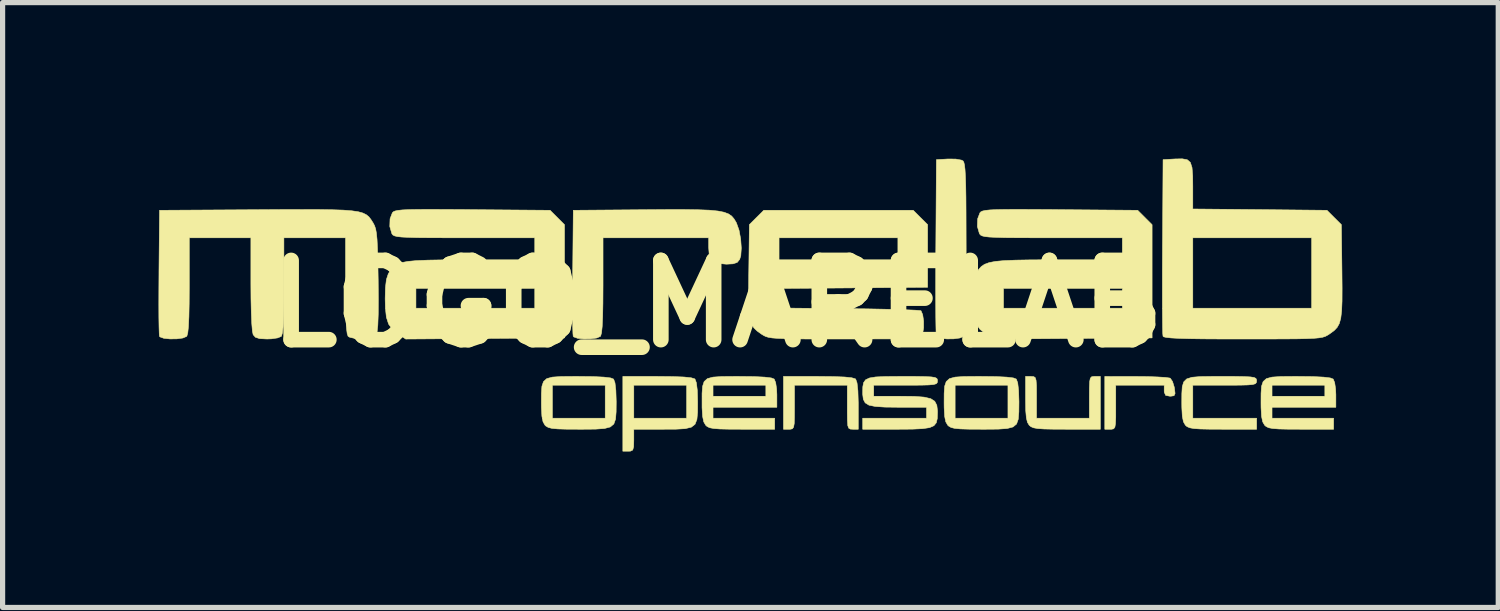
<source format=kicad_pcb>
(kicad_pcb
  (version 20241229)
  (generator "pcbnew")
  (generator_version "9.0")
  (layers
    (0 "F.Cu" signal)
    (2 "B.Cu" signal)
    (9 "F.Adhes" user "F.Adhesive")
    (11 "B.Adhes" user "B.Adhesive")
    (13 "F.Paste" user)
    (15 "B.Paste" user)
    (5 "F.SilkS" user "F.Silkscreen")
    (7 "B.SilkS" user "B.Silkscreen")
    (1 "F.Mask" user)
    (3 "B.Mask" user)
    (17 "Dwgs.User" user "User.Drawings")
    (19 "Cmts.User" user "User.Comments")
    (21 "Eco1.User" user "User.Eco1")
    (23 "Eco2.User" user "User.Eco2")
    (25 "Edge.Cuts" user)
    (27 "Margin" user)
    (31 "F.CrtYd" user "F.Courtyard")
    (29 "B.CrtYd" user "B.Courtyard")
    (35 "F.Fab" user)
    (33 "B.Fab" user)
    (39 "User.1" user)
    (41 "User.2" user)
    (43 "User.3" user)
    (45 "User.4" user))
  (footprint "LOGO_MARELAB"
    (layer "F.Cu")
    (at 10.751 2.794)
    (property "Reference" "LOGO_MARELAB" (at 0 0 0) (layer "F.SilkS") (effects (font (size 1.524 1.524) (thickness 0.3))))
    (attr through_hole)
    (fp_poly (pts (xy 8.054 1.398) (xy 8.275 1.4) (xy 8.467 1.407) (xy 8.614 1.416) (xy 8.7 1.428) (xy 8.712 1.433) (xy 8.754 1.495) (xy 8.787 1.602) (xy 8.791 1.623) (xy 8.803 1.725) (xy 8.783 1.768) (xy 8.719 1.778) (xy 8.705 1.778) (xy 8.622 1.762) (xy 8.595 1.7) (xy 8.594 1.672) (xy 8.594 1.566) (xy 7.662 1.566) (xy 7.662 1.99) (xy 7.662 2.182) (xy 7.657 2.305) (xy 7.645 2.374) (xy 7.621 2.405) (xy 7.582 2.413) (xy 7.556 2.413) (xy 7.451 2.413) (xy 7.451 1.397) (xy 8.054 1.398)) (stroke (width 0.01) (type solid)) (fill yes) (layer "F.SilkS"))
    (fp_poly (pts (xy 2.232 1.4) (xy 2.446 1.408) (xy 2.585 1.423) (xy 2.654 1.444) (xy 2.659 1.448) (xy 2.685 1.521) (xy 2.702 1.674) (xy 2.709 1.905) (xy 2.709 1.956) (xy 2.709 2.413) (xy 2.603 2.413) (xy 2.555 2.41) (xy 2.525 2.392) (xy 2.507 2.343) (xy 2.5 2.248) (xy 2.498 2.091) (xy 2.498 1.99) (xy 2.498 1.566) (xy 1.482 1.566) (xy 1.482 1.99) (xy 1.481 2.182) (xy 1.477 2.305) (xy 1.464 2.374) (xy 1.44 2.405) (xy 1.401 2.413) (xy 1.376 2.413) (xy 1.27 2.413) (xy 1.27 1.397) (xy 1.939 1.397) (xy 2.232 1.4)) (stroke (width 0.01) (type solid)) (fill yes) (layer "F.SilkS"))
    (fp_poly (pts (xy 6.082 1.4) (xy 6.112 1.419) (xy 6.129 1.47) (xy 6.137 1.569) (xy 6.138 1.731) (xy 6.138 1.799) (xy 6.138 2.201) (xy 7.154 2.201) (xy 7.154 1.799) (xy 7.155 1.613) (xy 7.16 1.495) (xy 7.173 1.431) (xy 7.199 1.403) (xy 7.242 1.397) (xy 7.26 1.397) (xy 7.366 1.397) (xy 7.366 2.413) (xy 6.716 2.413) (xy 6.464 2.412) (xy 6.283 2.408) (xy 6.16 2.4) (xy 6.079 2.385) (xy 6.029 2.363) (xy 5.997 2.336) (xy 5.963 2.28) (xy 5.942 2.192) (xy 5.93 2.054) (xy 5.927 1.85) (xy 5.927 1.828) (xy 5.927 1.397) (xy 6.032 1.397) (xy 6.082 1.4)) (stroke (width 0.01) (type solid)) (fill yes) (layer "F.SilkS"))
    (fp_poly (pts (xy -0.858 1.4) (xy -0.644 1.408) (xy -0.505 1.423) (xy -0.437 1.444) (xy -0.432 1.448) (xy -0.405 1.52) (xy -0.387 1.667) (xy -0.381 1.88) (xy -0.381 1.889) (xy -0.382 2.085) (xy -0.395 2.224) (xy -0.431 2.317) (xy -0.502 2.373) (xy -0.621 2.402) (xy -0.799 2.412) (xy -1.05 2.413) (xy -1.061 2.413) (xy -1.609 2.413) (xy -1.609 2.625) (xy -1.612 2.75) (xy -1.63 2.813) (xy -1.672 2.834) (xy -1.714 2.836) (xy -1.82 2.836) (xy -1.82 1.566) (xy -1.609 1.566) (xy -1.609 2.201) (xy -0.593 2.201) (xy -0.593 1.566) (xy -1.609 1.566) (xy -1.82 1.566) (xy -1.82 1.397) (xy -1.151 1.397) (xy -0.858 1.4)) (stroke (width 0.01) (type solid)) (fill yes) (layer "F.SilkS"))
    (fp_poly (pts (xy 4.585 -2.784) (xy 4.694 -2.764) (xy 4.724 -2.749) (xy 4.739 -2.724) (xy 4.752 -2.672) (xy 4.762 -2.587) (xy 4.77 -2.46) (xy 4.776 -2.284) (xy 4.78 -2.051) (xy 4.782 -1.754) (xy 4.783 -1.386) (xy 4.784 -1.062) (xy 4.783 -0.613) (xy 4.781 -0.244) (xy 4.777 0.052) (xy 4.771 0.281) (xy 4.763 0.447) (xy 4.752 0.556) (xy 4.739 0.615) (xy 4.733 0.627) (xy 4.662 0.658) (xy 4.546 0.674) (xy 4.414 0.676) (xy 4.296 0.664) (xy 4.221 0.638) (xy 4.21 0.624) (xy 4.206 0.572) (xy 4.203 0.444) (xy 4.2 0.25) (xy 4.199 -0.001) (xy 4.198 -0.298) (xy 4.199 -0.633) (xy 4.2 -0.997) (xy 4.201 -1.101) (xy 4.212 -2.773) (xy 4.438 -2.786) (xy 4.585 -2.784)) (stroke (width 0.01) (type solid)) (fill yes) (layer "F.SilkS"))
    (fp_poly (pts (xy 9.696 1.397) (xy 9.949 1.397) (xy 10.129 1.4) (xy 10.249 1.406) (xy 10.322 1.417) (xy 10.358 1.435) (xy 10.37 1.461) (xy 10.372 1.482) (xy 10.367 1.515) (xy 10.346 1.538) (xy 10.295 1.553) (xy 10.201 1.561) (xy 10.052 1.565) (xy 9.834 1.566) (xy 9.758 1.566) (xy 9.144 1.566) (xy 9.144 2.201) (xy 10.372 2.201) (xy 10.372 2.413) (xy 9.722 2.413) (xy 9.47 2.412) (xy 9.289 2.408) (xy 9.165 2.4) (xy 9.085 2.385) (xy 9.034 2.363) (xy 9.002 2.336) (xy 8.964 2.27) (xy 8.942 2.163) (xy 8.933 1.998) (xy 8.932 1.909) (xy 8.933 1.727) (xy 8.941 1.595) (xy 8.969 1.503) (xy 9.027 1.445) (xy 9.129 1.413) (xy 9.284 1.4) (xy 9.505 1.397) (xy 9.696 1.397)) (stroke (width 0.01) (type solid)) (fill yes) (layer "F.SilkS"))
    (fp_poly (pts (xy 0.416 1.397) (xy 0.702 1.4) (xy 0.907 1.41) (xy 1.037 1.426) (xy 1.092 1.448) (xy 1.12 1.516) (xy 1.138 1.638) (xy 1.143 1.744) (xy 1.143 1.99) (xy -0.085 1.99) (xy -0.085 2.201) (xy 1.101 2.201) (xy 1.101 2.413) (xy 0.472 2.413) (xy 0.225 2.412) (xy 0.048 2.408) (xy -0.072 2.399) (xy -0.15 2.384) (xy -0.199 2.36) (xy -0.226 2.336) (xy -0.264 2.27) (xy -0.286 2.163) (xy -0.296 1.998) (xy -0.296 1.909) (xy -0.296 1.722) (xy -0.286 1.587) (xy -0.279 1.566) (xy -0.085 1.566) (xy -0.085 1.778) (xy 0.931 1.778) (xy 0.931 1.566) (xy -0.085 1.566) (xy -0.279 1.566) (xy -0.256 1.496) (xy -0.193 1.439) (xy -0.085 1.41) (xy 0.08 1.399) (xy 0.312 1.397) (xy 0.416 1.397)) (stroke (width 0.01) (type solid)) (fill yes) (layer "F.SilkS"))
    (fp_poly (pts (xy 11.169 1.397) (xy 11.455 1.4) (xy 11.66 1.41) (xy 11.789 1.426) (xy 11.845 1.448) (xy 11.873 1.516) (xy 11.891 1.638) (xy 11.896 1.744) (xy 11.896 1.99) (xy 10.668 1.99) (xy 10.668 2.201) (xy 11.853 2.201) (xy 11.853 2.413) (xy 11.225 2.413) (xy 10.977 2.412) (xy 10.801 2.408) (xy 10.68 2.399) (xy 10.603 2.384) (xy 10.554 2.36) (xy 10.526 2.336) (xy 10.488 2.27) (xy 10.466 2.163) (xy 10.457 1.998) (xy 10.456 1.909) (xy 10.457 1.722) (xy 10.466 1.587) (xy 10.473 1.566) (xy 10.668 1.566) (xy 10.668 1.778) (xy 11.684 1.778) (xy 11.684 1.566) (xy 10.668 1.566) (xy 10.473 1.566) (xy 10.497 1.496) (xy 10.56 1.439) (xy 10.668 1.41) (xy 10.832 1.399) (xy 11.065 1.397) (xy 11.169 1.397)) (stroke (width 0.01) (type solid)) (fill yes) (layer "F.SilkS"))
    (fp_poly (pts (xy -2.674 1.397) (xy -2.388 1.4) (xy -2.183 1.41) (xy -2.054 1.426) (xy -1.998 1.448) (xy -1.971 1.52) (xy -1.954 1.667) (xy -1.947 1.88) (xy -1.947 1.889) (xy -1.949 2.08) (xy -1.96 2.218) (xy -1.993 2.312) (xy -2.061 2.369) (xy -2.174 2.399) (xy -2.346 2.411) (xy -2.586 2.413) (xy -2.663 2.413) (xy -2.901 2.412) (xy -3.069 2.407) (xy -3.181 2.397) (xy -3.253 2.379) (xy -3.298 2.353) (xy -3.317 2.336) (xy -3.355 2.27) (xy -3.377 2.163) (xy -3.386 1.998) (xy -3.387 1.909) (xy -3.386 1.722) (xy -3.377 1.587) (xy -3.37 1.566) (xy -3.175 1.566) (xy -3.175 2.201) (xy -2.159 2.201) (xy -2.159 1.566) (xy -3.175 1.566) (xy -3.37 1.566) (xy -3.346 1.496) (xy -3.283 1.439) (xy -3.175 1.41) (xy -3.011 1.399) (xy -2.778 1.397) (xy -2.674 1.397)) (stroke (width 0.01) (type solid)) (fill yes) (layer "F.SilkS"))
    (fp_poly (pts (xy 5.073 1.397) (xy 5.359 1.4) (xy 5.564 1.41) (xy 5.693 1.426) (xy 5.749 1.448) (xy 5.776 1.52) (xy 5.793 1.667) (xy 5.8 1.88) (xy 5.8 1.889) (xy 5.798 2.08) (xy 5.787 2.218) (xy 5.754 2.312) (xy 5.686 2.369) (xy 5.573 2.399) (xy 5.401 2.411) (xy 5.161 2.413) (xy 5.084 2.413) (xy 4.846 2.412) (xy 4.678 2.407) (xy 4.566 2.397) (xy 4.494 2.379) (xy 4.449 2.353) (xy 4.43 2.336) (xy 4.392 2.27) (xy 4.37 2.163) (xy 4.361 1.998) (xy 4.36 1.909) (xy 4.361 1.722) (xy 4.37 1.587) (xy 4.377 1.566) (xy 4.572 1.566) (xy 4.572 2.201) (xy 5.588 2.201) (xy 5.588 1.566) (xy 4.572 1.566) (xy 4.377 1.566) (xy 4.401 1.496) (xy 4.464 1.439) (xy 4.572 1.41) (xy 4.736 1.399) (xy 4.969 1.397) (xy 5.073 1.397)) (stroke (width 0.01) (type solid)) (fill yes) (layer "F.SilkS"))
    (fp_poly (pts (xy -0.365 -1.809) (xy -0.154 -1.801) (xy 0.006 -1.785) (xy 0.125 -1.762) (xy 0.211 -1.73) (xy 0.273 -1.688) (xy 0.319 -1.634) (xy 0.359 -1.568) (xy 0.366 -1.554) (xy 0.415 -1.417) (xy 0.447 -1.246) (xy 0.459 -1.071) (xy 0.449 -0.923) (xy 0.427 -0.854) (xy 0.38 -0.796) (xy 0.3 -0.769) (xy 0.171 -0.762) (xy -0.002 -0.779) (xy -0.107 -0.839) (xy -0.159 -0.952) (xy -0.169 -1.083) (xy -0.169 -1.27) (xy -2.201 -1.27) (xy -2.201 -0.347) (xy -2.203 -0.009) (xy -2.208 0.251) (xy -2.217 0.438) (xy -2.23 0.559) (xy -2.247 0.62) (xy -2.252 0.627) (xy -2.323 0.658) (xy -2.439 0.674) (xy -2.571 0.676) (xy -2.689 0.664) (xy -2.764 0.637) (xy -2.775 0.624) (xy -2.78 0.569) (xy -2.784 0.441) (xy -2.786 0.251) (xy -2.787 0.01) (xy -2.786 -0.27) (xy -2.784 -0.577) (xy -2.784 -0.614) (xy -2.773 -1.799) (xy -1.383 -1.81) (xy -0.971 -1.813) (xy -0.634 -1.813) (xy -0.365 -1.809)) (stroke (width 0.01) (type solid)) (fill yes) (layer "F.SilkS"))
    (fp_poly (pts (xy 3.81 1.397) (xy 3.991 1.4) (xy 4.111 1.406) (xy 4.183 1.417) (xy 4.22 1.435) (xy 4.232 1.461) (xy 4.233 1.482) (xy 4.229 1.515) (xy 4.208 1.538) (xy 4.156 1.553) (xy 4.063 1.561) (xy 3.913 1.565) (xy 3.696 1.566) (xy 3.619 1.566) (xy 3.006 1.566) (xy 3.006 1.778) (xy 3.525 1.778) (xy 3.787 1.781) (xy 3.975 1.795) (xy 4.103 1.825) (xy 4.18 1.875) (xy 4.22 1.952) (xy 4.233 2.059) (xy 4.233 2.095) (xy 4.229 2.206) (xy 4.21 2.288) (xy 4.164 2.345) (xy 4.08 2.382) (xy 3.946 2.402) (xy 3.752 2.411) (xy 3.486 2.413) (xy 3.447 2.413) (xy 2.794 2.413) (xy 2.794 2.201) (xy 4.022 2.201) (xy 4.022 1.99) (xy 3.474 1.99) (xy 3.219 1.987) (xy 3.037 1.975) (xy 2.915 1.95) (xy 2.842 1.905) (xy 2.806 1.837) (xy 2.794 1.74) (xy 2.794 1.709) (xy 2.796 1.598) (xy 2.811 1.517) (xy 2.85 1.462) (xy 2.924 1.427) (xy 3.045 1.407) (xy 3.224 1.399) (xy 3.474 1.397) (xy 3.557 1.397) (xy 3.81 1.397)) (stroke (width 0.01) (type solid)) (fill yes) (layer "F.SilkS"))
    (fp_poly (pts (xy 9.036 -2.772) (xy 9.097 -2.72) (xy 9.129 -2.621) (xy 9.142 -2.462) (xy 9.144 -2.261) (xy 9.144 -1.824) (xy 10.434 -1.812) (xy 11.725 -1.799) (xy 11.863 -1.661) (xy 12.002 -1.523) (xy 12.013 -0.624) (xy 12.016 -0.3) (xy 12.015 -0.05) (xy 12.007 0.139) (xy 11.99 0.279) (xy 11.962 0.38) (xy 11.921 0.454) (xy 11.864 0.514) (xy 11.788 0.57) (xy 11.772 0.581) (xy 11.733 0.606) (xy 11.693 0.627) (xy 11.642 0.643) (xy 11.572 0.655) (xy 11.473 0.664) (xy 11.338 0.67) (xy 11.156 0.674) (xy 10.92 0.676) (xy 10.619 0.677) (xy 10.246 0.677) (xy 10.11 0.677) (xy 9.691 0.677) (xy 9.35 0.675) (xy 9.081 0.671) (xy 8.876 0.665) (xy 8.729 0.657) (xy 8.633 0.647) (xy 8.583 0.635) (xy 8.571 0.624) (xy 8.566 0.572) (xy 8.563 0.444) (xy 8.561 0.25) (xy 8.559 -0.001) (xy 8.559 -0.298) (xy 8.559 -0.633) (xy 8.561 -0.997) (xy 8.561 -1.101) (xy 8.563 -1.27) (xy 9.144 -1.27) (xy 9.144 0.085) (xy 11.43 0.085) (xy 11.43 -1.27) (xy 9.144 -1.27) (xy 8.563 -1.27) (xy 8.572 -2.773) (xy 8.798 -2.786) (xy 8.94 -2.789) (xy 9.036 -2.772)) (stroke (width 0.01) (type solid)) (fill yes) (layer "F.SilkS"))
    (fp_poly (pts (xy -5.247 -1.815) (xy -4.883 -1.813) (xy -4.71 -1.811) (xy -3.219 -1.799) (xy -2.942 -1.522) (xy -2.942 0.656) (xy -4.47 0.667) (xy -5.997 0.678) (xy -6.141 0.581) (xy -6.252 0.492) (xy -6.326 0.39) (xy -6.369 0.257) (xy -6.388 0.071) (xy -6.392 -0.099) (xy -6.387 -0.296) (xy -5.8 -0.296) (xy -5.8 0.085) (xy -3.514 0.085) (xy -3.514 -0.296) (xy -5.8 -0.296) (xy -6.387 -0.296) (xy -6.386 -0.315) (xy -6.368 -0.467) (xy -6.333 -0.573) (xy -6.32 -0.596) (xy -6.276 -0.664) (xy -6.227 -0.718) (xy -6.163 -0.761) (xy -6.074 -0.793) (xy -5.953 -0.816) (xy -5.788 -0.831) (xy -5.571 -0.84) (xy -5.293 -0.845) (xy -4.945 -0.847) (xy -4.746 -0.847) (xy -3.514 -0.847) (xy -3.514 -1.27) (xy -4.867 -1.27) (xy -5.241 -1.27) (xy -5.54 -1.271) (xy -5.772 -1.273) (xy -5.946 -1.278) (xy -6.071 -1.284) (xy -6.156 -1.293) (xy -6.209 -1.306) (xy -6.241 -1.322) (xy -6.259 -1.343) (xy -6.264 -1.352) (xy -6.303 -1.487) (xy -6.298 -1.635) (xy -6.254 -1.75) (xy -6.235 -1.77) (xy -6.202 -1.785) (xy -6.147 -1.797) (xy -6.061 -1.806) (xy -5.937 -1.812) (xy -5.766 -1.815) (xy -5.538 -1.816) (xy -5.247 -1.815)) (stroke (width 0.01) (type solid)) (fill yes) (layer "F.SilkS"))
    (fp_poly (pts (xy 6.056 -1.815) (xy 6.42 -1.813) (xy 6.593 -1.811) (xy 8.084 -1.799) (xy 8.361 -1.522) (xy 8.361 0.656) (xy 6.833 0.667) (xy 5.306 0.678) (xy 5.162 0.581) (xy 5.051 0.492) (xy 4.977 0.39) (xy 4.934 0.257) (xy 4.915 0.071) (xy 4.911 -0.099) (xy 4.916 -0.296) (xy 5.503 -0.296) (xy 5.503 0.085) (xy 7.789 0.085) (xy 7.789 -0.296) (xy 5.503 -0.296) (xy 4.916 -0.296) (xy 4.917 -0.315) (xy 4.935 -0.467) (xy 4.97 -0.573) (xy 4.983 -0.596) (xy 5.027 -0.664) (xy 5.076 -0.718) (xy 5.14 -0.761) (xy 5.229 -0.793) (xy 5.35 -0.816) (xy 5.515 -0.831) (xy 5.732 -0.84) (xy 6.01 -0.845) (xy 6.358 -0.847) (xy 6.557 -0.847) (xy 7.789 -0.847) (xy 7.789 -1.27) (xy 6.436 -1.27) (xy 6.062 -1.27) (xy 5.763 -1.271) (xy 5.531 -1.273) (xy 5.357 -1.278) (xy 5.232 -1.284) (xy 5.147 -1.293) (xy 5.094 -1.306) (xy 5.062 -1.322) (xy 5.044 -1.343) (xy 5.039 -1.352) (xy 5 -1.487) (xy 5.005 -1.635) (xy 5.049 -1.75) (xy 5.068 -1.77) (xy 5.101 -1.785) (xy 5.156 -1.797) (xy 5.242 -1.806) (xy 5.366 -1.812) (xy 5.537 -1.815) (xy 5.765 -1.816) (xy 6.056 -1.815)) (stroke (width 0.01) (type solid)) (fill yes) (layer "F.SilkS"))
    (fp_poly (pts (xy 3.904 -1.661) (xy 4.043 -1.523) (xy 4.043 -0.318) (xy 2.614 -0.306) (xy 1.185 -0.295) (xy 1.185 0.081) (xy 2.537 0.094) (xy 2.867 0.097) (xy 3.169 0.103) (xy 3.434 0.109) (xy 3.651 0.116) (xy 3.81 0.123) (xy 3.9 0.13) (xy 3.916 0.134) (xy 3.948 0.209) (xy 3.966 0.331) (xy 3.966 0.463) (xy 3.948 0.568) (xy 3.94 0.587) (xy 3.926 0.611) (xy 3.904 0.63) (xy 3.868 0.646) (xy 3.808 0.657) (xy 3.716 0.665) (xy 3.583 0.671) (xy 3.4 0.675) (xy 3.159 0.676) (xy 2.852 0.677) (xy 2.469 0.677) (xy 2.439 0.677) (xy 2.05 0.677) (xy 1.737 0.677) (xy 1.49 0.675) (xy 1.3 0.671) (xy 1.158 0.665) (xy 1.054 0.657) (xy 0.981 0.645) (xy 0.928 0.629) (xy 0.886 0.608) (xy 0.846 0.583) (xy 0.843 0.581) (xy 0.764 0.524) (xy 0.703 0.466) (xy 0.659 0.395) (xy 0.629 0.299) (xy 0.611 0.168) (xy 0.601 -0.012) (xy 0.599 -0.25) (xy 0.602 -0.56) (xy 0.603 -0.624) (xy 0.611 -1.27) (xy 1.185 -1.27) (xy 1.185 -0.847) (xy 3.471 -0.847) (xy 3.471 -1.27) (xy 1.185 -1.27) (xy 0.611 -1.27) (xy 0.614 -1.523) (xy 0.752 -1.661) (xy 0.891 -1.799) (xy 3.766 -1.799) (xy 3.904 -1.661)) (stroke (width 0.01) (type solid)) (fill yes) (layer "F.SilkS"))
    (fp_poly (pts (xy -7.664 -1.813) (xy -7.401 -1.809) (xy -7.193 -1.802) (xy -7.032 -1.789) (xy -6.91 -1.771) (xy -6.82 -1.746) (xy -6.755 -1.714) (xy -6.706 -1.674) (xy -6.667 -1.624) (xy -6.629 -1.565) (xy -6.623 -1.555) (xy -6.596 -1.503) (xy -6.575 -1.441) (xy -6.56 -1.357) (xy -6.548 -1.238) (xy -6.54 -1.074) (xy -6.533 -0.852) (xy -6.528 -0.561) (xy -6.526 -0.459) (xy -6.523 -0.087) (xy -6.525 0.202) (xy -6.533 0.412) (xy -6.547 0.542) (xy -6.56 0.589) (xy -6.605 0.643) (xy -6.681 0.67) (xy -6.814 0.677) (xy -6.83 0.677) (xy -6.966 0.668) (xy -7.07 0.645) (xy -7.104 0.627) (xy -7.122 0.578) (xy -7.136 0.471) (xy -7.146 0.3) (xy -7.152 0.057) (xy -7.154 -0.263) (xy -7.154 -0.347) (xy -7.154 -1.27) (xy -8.34 -1.27) (xy -8.34 -0.347) (xy -8.341 -0.009) (xy -8.346 0.251) (xy -8.355 0.438) (xy -8.368 0.559) (xy -8.386 0.62) (xy -8.39 0.627) (xy -8.46 0.656) (xy -8.58 0.674) (xy -8.664 0.677) (xy -8.806 0.67) (xy -8.887 0.644) (xy -8.931 0.595) (xy -8.946 0.525) (xy -8.958 0.38) (xy -8.967 0.17) (xy -8.973 -0.094) (xy -8.975 -0.378) (xy -8.975 -1.27) (xy -10.16 -1.27) (xy -10.16 -0.347) (xy -10.162 -0.009) (xy -10.167 0.251) (xy -10.176 0.438) (xy -10.189 0.559) (xy -10.206 0.62) (xy -10.211 0.627) (xy -10.282 0.658) (xy -10.398 0.674) (xy -10.53 0.676) (xy -10.648 0.664) (xy -10.723 0.637) (xy -10.734 0.624) (xy -10.738 0.569) (xy -10.742 0.441) (xy -10.745 0.251) (xy -10.746 0.01) (xy -10.745 -0.27) (xy -10.743 -0.577) (xy -10.743 -0.614) (xy -10.732 -1.799) (xy -8.855 -1.81) (xy -8.383 -1.813) (xy -7.989 -1.814) (xy -7.664 -1.813)) (stroke (width 0.01) (type solid)) (fill yes) (layer "F.SilkS")))
  (gr_rect
    (start -3 -3)
    (end 25.771 8.635)
    (stroke (width 0.1) (type default))
    (fill no)
    (layer "Edge.Cuts")))
</source>
